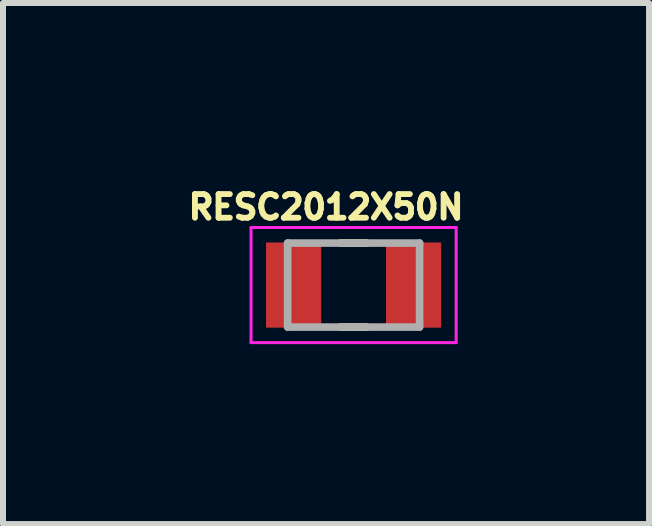
<source format=kicad_pcb>
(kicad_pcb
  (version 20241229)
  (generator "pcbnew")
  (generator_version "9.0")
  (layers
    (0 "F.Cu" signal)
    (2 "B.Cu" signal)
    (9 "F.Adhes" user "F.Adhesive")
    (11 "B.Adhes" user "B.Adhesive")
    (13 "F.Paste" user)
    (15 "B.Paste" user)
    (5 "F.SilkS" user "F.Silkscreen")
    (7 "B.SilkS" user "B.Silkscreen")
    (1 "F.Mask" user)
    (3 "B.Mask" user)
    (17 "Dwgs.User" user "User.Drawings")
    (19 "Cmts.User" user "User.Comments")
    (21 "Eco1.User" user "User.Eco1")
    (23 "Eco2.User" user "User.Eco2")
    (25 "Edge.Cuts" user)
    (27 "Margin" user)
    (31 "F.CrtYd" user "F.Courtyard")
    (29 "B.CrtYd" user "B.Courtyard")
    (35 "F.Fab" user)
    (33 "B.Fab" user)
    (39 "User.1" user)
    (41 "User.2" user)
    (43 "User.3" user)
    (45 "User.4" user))
  (footprint "RESC2012X50N"
    (layer "F.Cu")
    (at 2.846 1.703)
    (property "Reference" "RESC2012X50N" (at -0.46 -1.3 0) (layer "F.SilkS") (effects (font (size 0.394 0.394) (thickness 0.098))))
    (attr smd)
    (fp_line (start -0.22 -0.7) (end 0.22 -0.7) (stroke (width 0.127) (type solid)) (layer "F.SilkS"))
    (fp_line (start -0.22 0.7) (end 0.22 0.7) (stroke (width 0.127) (type solid)) (layer "F.SilkS"))
    (fp_line (start -1.71 -0.96) (end 1.71 -0.96) (stroke (width 0.05) (type solid)) (layer "F.CrtYd"))
    (fp_line (start -1.71 0.96) (end -1.71 -0.96) (stroke (width 0.05) (type solid)) (layer "F.CrtYd"))
    (fp_line (start -1.71 0.96) (end 1.71 0.96) (stroke (width 0.05) (type solid)) (layer "F.CrtYd"))
    (fp_line (start 1.71 0.96) (end 1.71 -0.96) (stroke (width 0.05) (type solid)) (layer "F.CrtYd"))
    (fp_line (start -1.1 0.7) (end -1.1 -0.7) (stroke (width 0.127) (type solid)) (layer "F.Fab"))
    (fp_line (start 1.1 -0.7) (end -1.1 -0.7) (stroke (width 0.127) (type solid)) (layer "F.Fab"))
    (fp_line (start 1.1 0.7) (end -1.1 0.7) (stroke (width 0.127) (type solid)) (layer "F.Fab"))
    (fp_line (start 1.1 0.7) (end 1.1 -0.7) (stroke (width 0.127) (type solid)) (layer "F.Fab"))
    (pad "1" smd rect (at -1 0) (size 0.92 1.42) (layers "F.Cu" "F.Mask" "F.Paste"))
    (pad "2" smd rect (at 1 0) (size 0.92 1.42) (layers "F.Cu" "F.Mask" "F.Paste")))
  (gr_rect
    (start -3 -3)
    (end 7.772 5.688)
    (stroke (width 0.1) (type default))
    (fill no)
    (layer "Edge.Cuts")))
</source>
